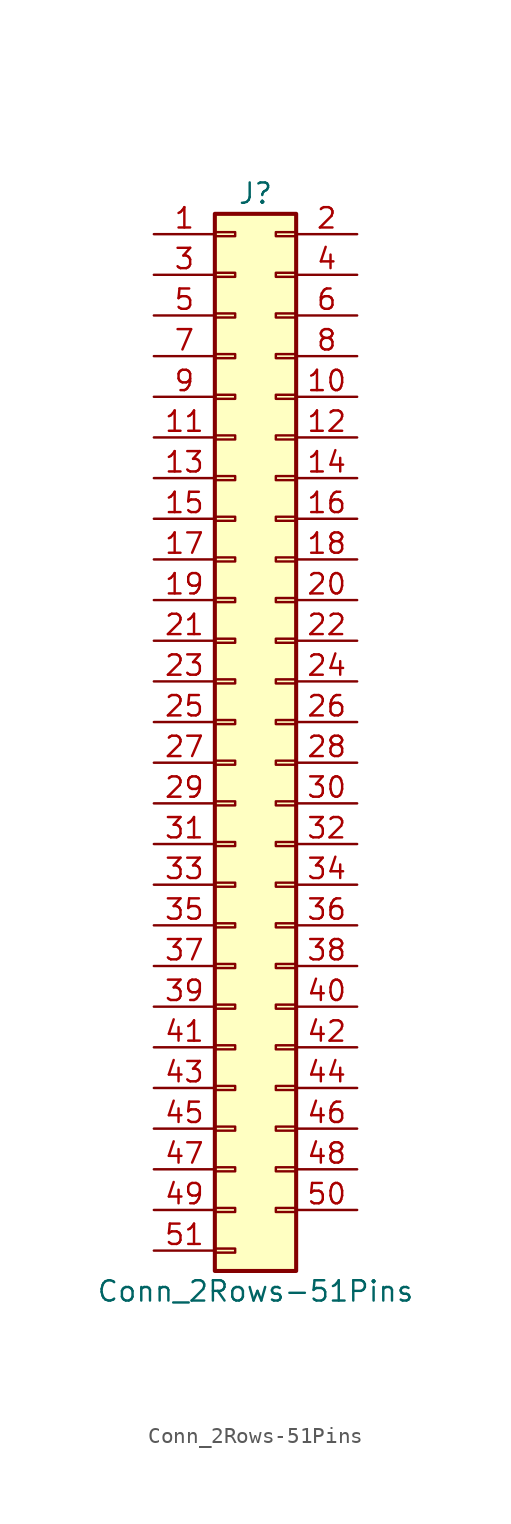
<source format=kicad_sym>
(kicad_symbol_lib
  (version 20201005)
  (generator kicad_symbol_editor)
  (symbol "Conn_2Rows-51Pins"
    (pin_names
      (offset 1.016) hide)
    (property "Reference" "J"
      (at 1.27 33.02 0)
      (effects (font (size 1.27 1.27))))
    (property "Value" "Conn_2Rows-51Pins"
      (at 1.27 -35.56 0)
      (effects (font (size 1.27 1.27))))
    (symbol "Conn_2Rows-51Pins_1_1"
      (rectangle (start -1.27 -32.893) (end 0 -33.147) (stroke (width 0.152)) (fill (type none)))
      (rectangle (start -1.27 -30.353) (end 0 -30.607) (stroke (width 0.152)) (fill (type none)))
      (rectangle (start -1.27 -27.813) (end 0 -28.067) (stroke (width 0.152)) (fill (type none)))
      (rectangle (start -1.27 -25.273) (end 0 -25.527) (stroke (width 0.152)) (fill (type none)))
      (rectangle (start -1.27 -22.733) (end 0 -22.987) (stroke (width 0.152)) (fill (type none)))
      (rectangle (start -1.27 -20.193) (end 0 -20.447) (stroke (width 0.152)) (fill (type none)))
      (rectangle (start -1.27 -17.653) (end 0 -17.907) (stroke (width 0.152)) (fill (type none)))
      (rectangle (start -1.27 -15.113) (end 0 -15.367) (stroke (width 0.152)) (fill (type none)))
      (rectangle (start -1.27 -12.573) (end 0 -12.827) (stroke (width 0.152)) (fill (type none)))
      (rectangle (start -1.27 -10.033) (end 0 -10.287) (stroke (width 0.152)) (fill (type none)))
      (rectangle (start -1.27 -7.493) (end 0 -7.747) (stroke (width 0.152)) (fill (type none)))
      (rectangle (start -1.27 -4.953) (end 0 -5.207) (stroke (width 0.152)) (fill (type none)))
      (rectangle (start -1.27 -2.413) (end 0 -2.667) (stroke (width 0.152)) (fill (type none)))
      (rectangle (start -1.27 0.127) (end 0 -0.127) (stroke (width 0.152)) (fill (type none)))
      (rectangle (start -1.27 2.667) (end 0 2.413) (stroke (width 0.152)) (fill (type none)))
      (rectangle (start -1.27 5.207) (end 0 4.953) (stroke (width 0.152)) (fill (type none)))
      (rectangle (start -1.27 7.747) (end 0 7.493) (stroke (width 0.152)) (fill (type none)))
      (rectangle (start -1.27 10.287) (end 0 10.033) (stroke (width 0.152)) (fill (type none)))
      (rectangle (start -1.27 12.827) (end 0 12.573) (stroke (width 0.152)) (fill (type none)))
      (rectangle (start -1.27 15.367) (end 0 15.113) (stroke (width 0.152)) (fill (type none)))
      (rectangle (start -1.27 17.907) (end 0 17.653) (stroke (width 0.152)) (fill (type none)))
      (rectangle (start -1.27 20.447) (end 0 20.193) (stroke (width 0.152)) (fill (type none)))
      (rectangle (start -1.27 22.987) (end 0 22.733) (stroke (width 0.152)) (fill (type none)))
      (rectangle (start -1.27 25.527) (end 0 25.273) (stroke (width 0.152)) (fill (type none)))
      (rectangle (start -1.27 28.067) (end 0 27.813) (stroke (width 0.152)) (fill (type none)))
      (rectangle (start -1.27 30.607) (end 0 30.353) (stroke (width 0.152)) (fill (type none)))
      (rectangle (start -1.27 31.75) (end 3.81 -34.29) (stroke (width 0.254)) (fill (type background)))
      (rectangle (start 3.81 -30.353) (end 2.54 -30.607) (stroke (width 0.152)) (fill (type none)))
      (rectangle (start 3.81 -27.813) (end 2.54 -28.067) (stroke (width 0.152)) (fill (type none)))
      (rectangle (start 3.81 -25.273) (end 2.54 -25.527) (stroke (width 0.152)) (fill (type none)))
      (rectangle (start 3.81 -22.733) (end 2.54 -22.987) (stroke (width 0.152)) (fill (type none)))
      (rectangle (start 3.81 -20.193) (end 2.54 -20.447) (stroke (width 0.152)) (fill (type none)))
      (rectangle (start 3.81 -17.653) (end 2.54 -17.907) (stroke (width 0.152)) (fill (type none)))
      (rectangle (start 3.81 -15.113) (end 2.54 -15.367) (stroke (width 0.152)) (fill (type none)))
      (rectangle (start 3.81 -12.573) (end 2.54 -12.827) (stroke (width 0.152)) (fill (type none)))
      (rectangle (start 3.81 -10.033) (end 2.54 -10.287) (stroke (width 0.152)) (fill (type none)))
      (rectangle (start 3.81 -7.493) (end 2.54 -7.747) (stroke (width 0.152)) (fill (type none)))
      (rectangle (start 3.81 -4.953) (end 2.54 -5.207) (stroke (width 0.152)) (fill (type none)))
      (rectangle (start 3.81 -2.413) (end 2.54 -2.667) (stroke (width 0.152)) (fill (type none)))
      (rectangle (start 3.81 0.127) (end 2.54 -0.127) (stroke (width 0.152)) (fill (type none)))
      (rectangle (start 3.81 2.667) (end 2.54 2.413) (stroke (width 0.152)) (fill (type none)))
      (rectangle (start 3.81 5.207) (end 2.54 4.953) (stroke (width 0.152)) (fill (type none)))
      (rectangle (start 3.81 7.747) (end 2.54 7.493) (stroke (width 0.152)) (fill (type none)))
      (rectangle (start 3.81 10.287) (end 2.54 10.033) (stroke (width 0.152)) (fill (type none)))
      (rectangle (start 3.81 12.827) (end 2.54 12.573) (stroke (width 0.152)) (fill (type none)))
      (rectangle (start 3.81 15.367) (end 2.54 15.113) (stroke (width 0.152)) (fill (type none)))
      (rectangle (start 3.81 17.907) (end 2.54 17.653) (stroke (width 0.152)) (fill (type none)))
      (rectangle (start 3.81 20.447) (end 2.54 20.193) (stroke (width 0.152)) (fill (type none)))
      (rectangle (start 3.81 22.987) (end 2.54 22.733) (stroke (width 0.152)) (fill (type none)))
      (rectangle (start 3.81 25.527) (end 2.54 25.273) (stroke (width 0.152)) (fill (type none)))
      (rectangle (start 3.81 28.067) (end 2.54 27.813) (stroke (width 0.152)) (fill (type none)))
      (rectangle (start 3.81 30.607) (end 2.54 30.353) (stroke (width 0.152)) (fill (type none)))
      (pin passive line (at -5.08 30.48 0) (length 3.81) (name "Pin_1" (effects (font (size 1.27 1.27)))) (number "1" (effects (font (size 1.27 1.27)))))
      (pin passive line (at 7.62 20.32 180) (length 3.81) (name "Pin_10" (effects (font (size 1.27 1.27)))) (number "10" (effects (font (size 1.27 1.27)))))
      (pin passive line (at -5.08 17.78 0) (length 3.81) (name "Pin_11" (effects (font (size 1.27 1.27)))) (number "11" (effects (font (size 1.27 1.27)))))
      (pin passive line (at 7.62 17.78 180) (length 3.81) (name "Pin_12" (effects (font (size 1.27 1.27)))) (number "12" (effects (font (size 1.27 1.27)))))
      (pin passive line (at -5.08 15.24 0) (length 3.81) (name "Pin_13" (effects (font (size 1.27 1.27)))) (number "13" (effects (font (size 1.27 1.27)))))
      (pin passive line (at 7.62 15.24 180) (length 3.81) (name "Pin_14" (effects (font (size 1.27 1.27)))) (number "14" (effects (font (size 1.27 1.27)))))
      (pin passive line (at -5.08 12.7 0) (length 3.81) (name "Pin_15" (effects (font (size 1.27 1.27)))) (number "15" (effects (font (size 1.27 1.27)))))
      (pin passive line (at 7.62 12.7 180) (length 3.81) (name "Pin_16" (effects (font (size 1.27 1.27)))) (number "16" (effects (font (size 1.27 1.27)))))
      (pin passive line (at -5.08 10.16 0) (length 3.81) (name "Pin_17" (effects (font (size 1.27 1.27)))) (number "17" (effects (font (size 1.27 1.27)))))
      (pin passive line (at 7.62 10.16 180) (length 3.81) (name "Pin_18" (effects (font (size 1.27 1.27)))) (number "18" (effects (font (size 1.27 1.27)))))
      (pin passive line (at -5.08 7.62 0) (length 3.81) (name "Pin_19" (effects (font (size 1.27 1.27)))) (number "19" (effects (font (size 1.27 1.27)))))
      (pin passive line (at 7.62 30.48 180) (length 3.81) (name "Pin_2" (effects (font (size 1.27 1.27)))) (number "2" (effects (font (size 1.27 1.27)))))
      (pin passive line (at 7.62 7.62 180) (length 3.81) (name "Pin_20" (effects (font (size 1.27 1.27)))) (number "20" (effects (font (size 1.27 1.27)))))
      (pin passive line (at -5.08 5.08 0) (length 3.81) (name "Pin_21" (effects (font (size 1.27 1.27)))) (number "21" (effects (font (size 1.27 1.27)))))
      (pin passive line (at 7.62 5.08 180) (length 3.81) (name "Pin_22" (effects (font (size 1.27 1.27)))) (number "22" (effects (font (size 1.27 1.27)))))
      (pin passive line (at -5.08 2.54 0) (length 3.81) (name "Pin_23" (effects (font (size 1.27 1.27)))) (number "23" (effects (font (size 1.27 1.27)))))
      (pin passive line (at 7.62 2.54 180) (length 3.81) (name "Pin_24" (effects (font (size 1.27 1.27)))) (number "24" (effects (font (size 1.27 1.27)))))
      (pin passive line (at -5.08 0 0) (length 3.81) (name "Pin_25" (effects (font (size 1.27 1.27)))) (number "25" (effects (font (size 1.27 1.27)))))
      (pin passive line (at 7.62 0 180) (length 3.81) (name "Pin_26" (effects (font (size 1.27 1.27)))) (number "26" (effects (font (size 1.27 1.27)))))
      (pin passive line (at -5.08 -2.54 0) (length 3.81) (name "Pin_27" (effects (font (size 1.27 1.27)))) (number "27" (effects (font (size 1.27 1.27)))))
      (pin passive line (at 7.62 -2.54 180) (length 3.81) (name "Pin_28" (effects (font (size 1.27 1.27)))) (number "28" (effects (font (size 1.27 1.27)))))
      (pin passive line (at -5.08 -5.08 0) (length 3.81) (name "Pin_29" (effects (font (size 1.27 1.27)))) (number "29" (effects (font (size 1.27 1.27)))))
      (pin passive line (at -5.08 27.94 0) (length 3.81) (name "Pin_3" (effects (font (size 1.27 1.27)))) (number "3" (effects (font (size 1.27 1.27)))))
      (pin passive line (at 7.62 -5.08 180) (length 3.81) (name "Pin_30" (effects (font (size 1.27 1.27)))) (number "30" (effects (font (size 1.27 1.27)))))
      (pin passive line (at -5.08 -7.62 0) (length 3.81) (name "Pin_31" (effects (font (size 1.27 1.27)))) (number "31" (effects (font (size 1.27 1.27)))))
      (pin passive line (at 7.62 -7.62 180) (length 3.81) (name "Pin_32" (effects (font (size 1.27 1.27)))) (number "32" (effects (font (size 1.27 1.27)))))
      (pin passive line (at -5.08 -10.16 0) (length 3.81) (name "Pin_33" (effects (font (size 1.27 1.27)))) (number "33" (effects (font (size 1.27 1.27)))))
      (pin passive line (at 7.62 -10.16 180) (length 3.81) (name "Pin_34" (effects (font (size 1.27 1.27)))) (number "34" (effects (font (size 1.27 1.27)))))
      (pin passive line (at -5.08 -12.7 0) (length 3.81) (name "Pin_35" (effects (font (size 1.27 1.27)))) (number "35" (effects (font (size 1.27 1.27)))))
      (pin passive line (at 7.62 -12.7 180) (length 3.81) (name "Pin_36" (effects (font (size 1.27 1.27)))) (number "36" (effects (font (size 1.27 1.27)))))
      (pin passive line (at -5.08 -15.24 0) (length 3.81) (name "Pin_37" (effects (font (size 1.27 1.27)))) (number "37" (effects (font (size 1.27 1.27)))))
      (pin passive line (at 7.62 -15.24 180) (length 3.81) (name "Pin_38" (effects (font (size 1.27 1.27)))) (number "38" (effects (font (size 1.27 1.27)))))
      (pin passive line (at -5.08 -17.78 0) (length 3.81) (name "Pin_39" (effects (font (size 1.27 1.27)))) (number "39" (effects (font (size 1.27 1.27)))))
      (pin passive line (at 7.62 27.94 180) (length 3.81) (name "Pin_4" (effects (font (size 1.27 1.27)))) (number "4" (effects (font (size 1.27 1.27)))))
      (pin passive line (at 7.62 -17.78 180) (length 3.81) (name "Pin_40" (effects (font (size 1.27 1.27)))) (number "40" (effects (font (size 1.27 1.27)))))
      (pin passive line (at -5.08 -20.32 0) (length 3.81) (name "Pin_41" (effects (font (size 1.27 1.27)))) (number "41" (effects (font (size 1.27 1.27)))))
      (pin passive line (at 7.62 -20.32 180) (length 3.81) (name "Pin_42" (effects (font (size 1.27 1.27)))) (number "42" (effects (font (size 1.27 1.27)))))
      (pin passive line (at -5.08 -22.86 0) (length 3.81) (name "Pin_43" (effects (font (size 1.27 1.27)))) (number "43" (effects (font (size 1.27 1.27)))))
      (pin passive line (at 7.62 -22.86 180) (length 3.81) (name "Pin_44" (effects (font (size 1.27 1.27)))) (number "44" (effects (font (size 1.27 1.27)))))
      (pin passive line (at -5.08 -25.4 0) (length 3.81) (name "Pin_45" (effects (font (size 1.27 1.27)))) (number "45" (effects (font (size 1.27 1.27)))))
      (pin passive line (at 7.62 -25.4 180) (length 3.81) (name "Pin_46" (effects (font (size 1.27 1.27)))) (number "46" (effects (font (size 1.27 1.27)))))
      (pin passive line (at -5.08 -27.94 0) (length 3.81) (name "Pin_47" (effects (font (size 1.27 1.27)))) (number "47" (effects (font (size 1.27 1.27)))))
      (pin passive line (at 7.62 -27.94 180) (length 3.81) (name "Pin_48" (effects (font (size 1.27 1.27)))) (number "48" (effects (font (size 1.27 1.27)))))
      (pin passive line (at -5.08 -30.48 0) (length 3.81) (name "Pin_49" (effects (font (size 1.27 1.27)))) (number "49" (effects (font (size 1.27 1.27)))))
      (pin passive line (at -5.08 25.4 0) (length 3.81) (name "Pin_5" (effects (font (size 1.27 1.27)))) (number "5" (effects (font (size 1.27 1.27)))))
      (pin passive line (at 7.62 -30.48 180) (length 3.81) (name "Pin_50" (effects (font (size 1.27 1.27)))) (number "50" (effects (font (size 1.27 1.27)))))
      (pin passive line (at -5.08 -33.02 0) (length 3.81) (name "Pin_51" (effects (font (size 1.27 1.27)))) (number "51" (effects (font (size 1.27 1.27)))))
      (pin passive line (at 7.62 25.4 180) (length 3.81) (name "Pin_6" (effects (font (size 1.27 1.27)))) (number "6" (effects (font (size 1.27 1.27)))))
      (pin passive line (at -5.08 22.86 0) (length 3.81) (name "Pin_7" (effects (font (size 1.27 1.27)))) (number "7" (effects (font (size 1.27 1.27)))))
      (pin passive line (at 7.62 22.86 180) (length 3.81) (name "Pin_8" (effects (font (size 1.27 1.27)))) (number "8" (effects (font (size 1.27 1.27)))))
      (pin passive line (at -5.08 20.32 0) (length 3.81) (name "Pin_9" (effects (font (size 1.27 1.27)))) (number "9" (effects (font (size 1.27 1.27))))))))
</source>
